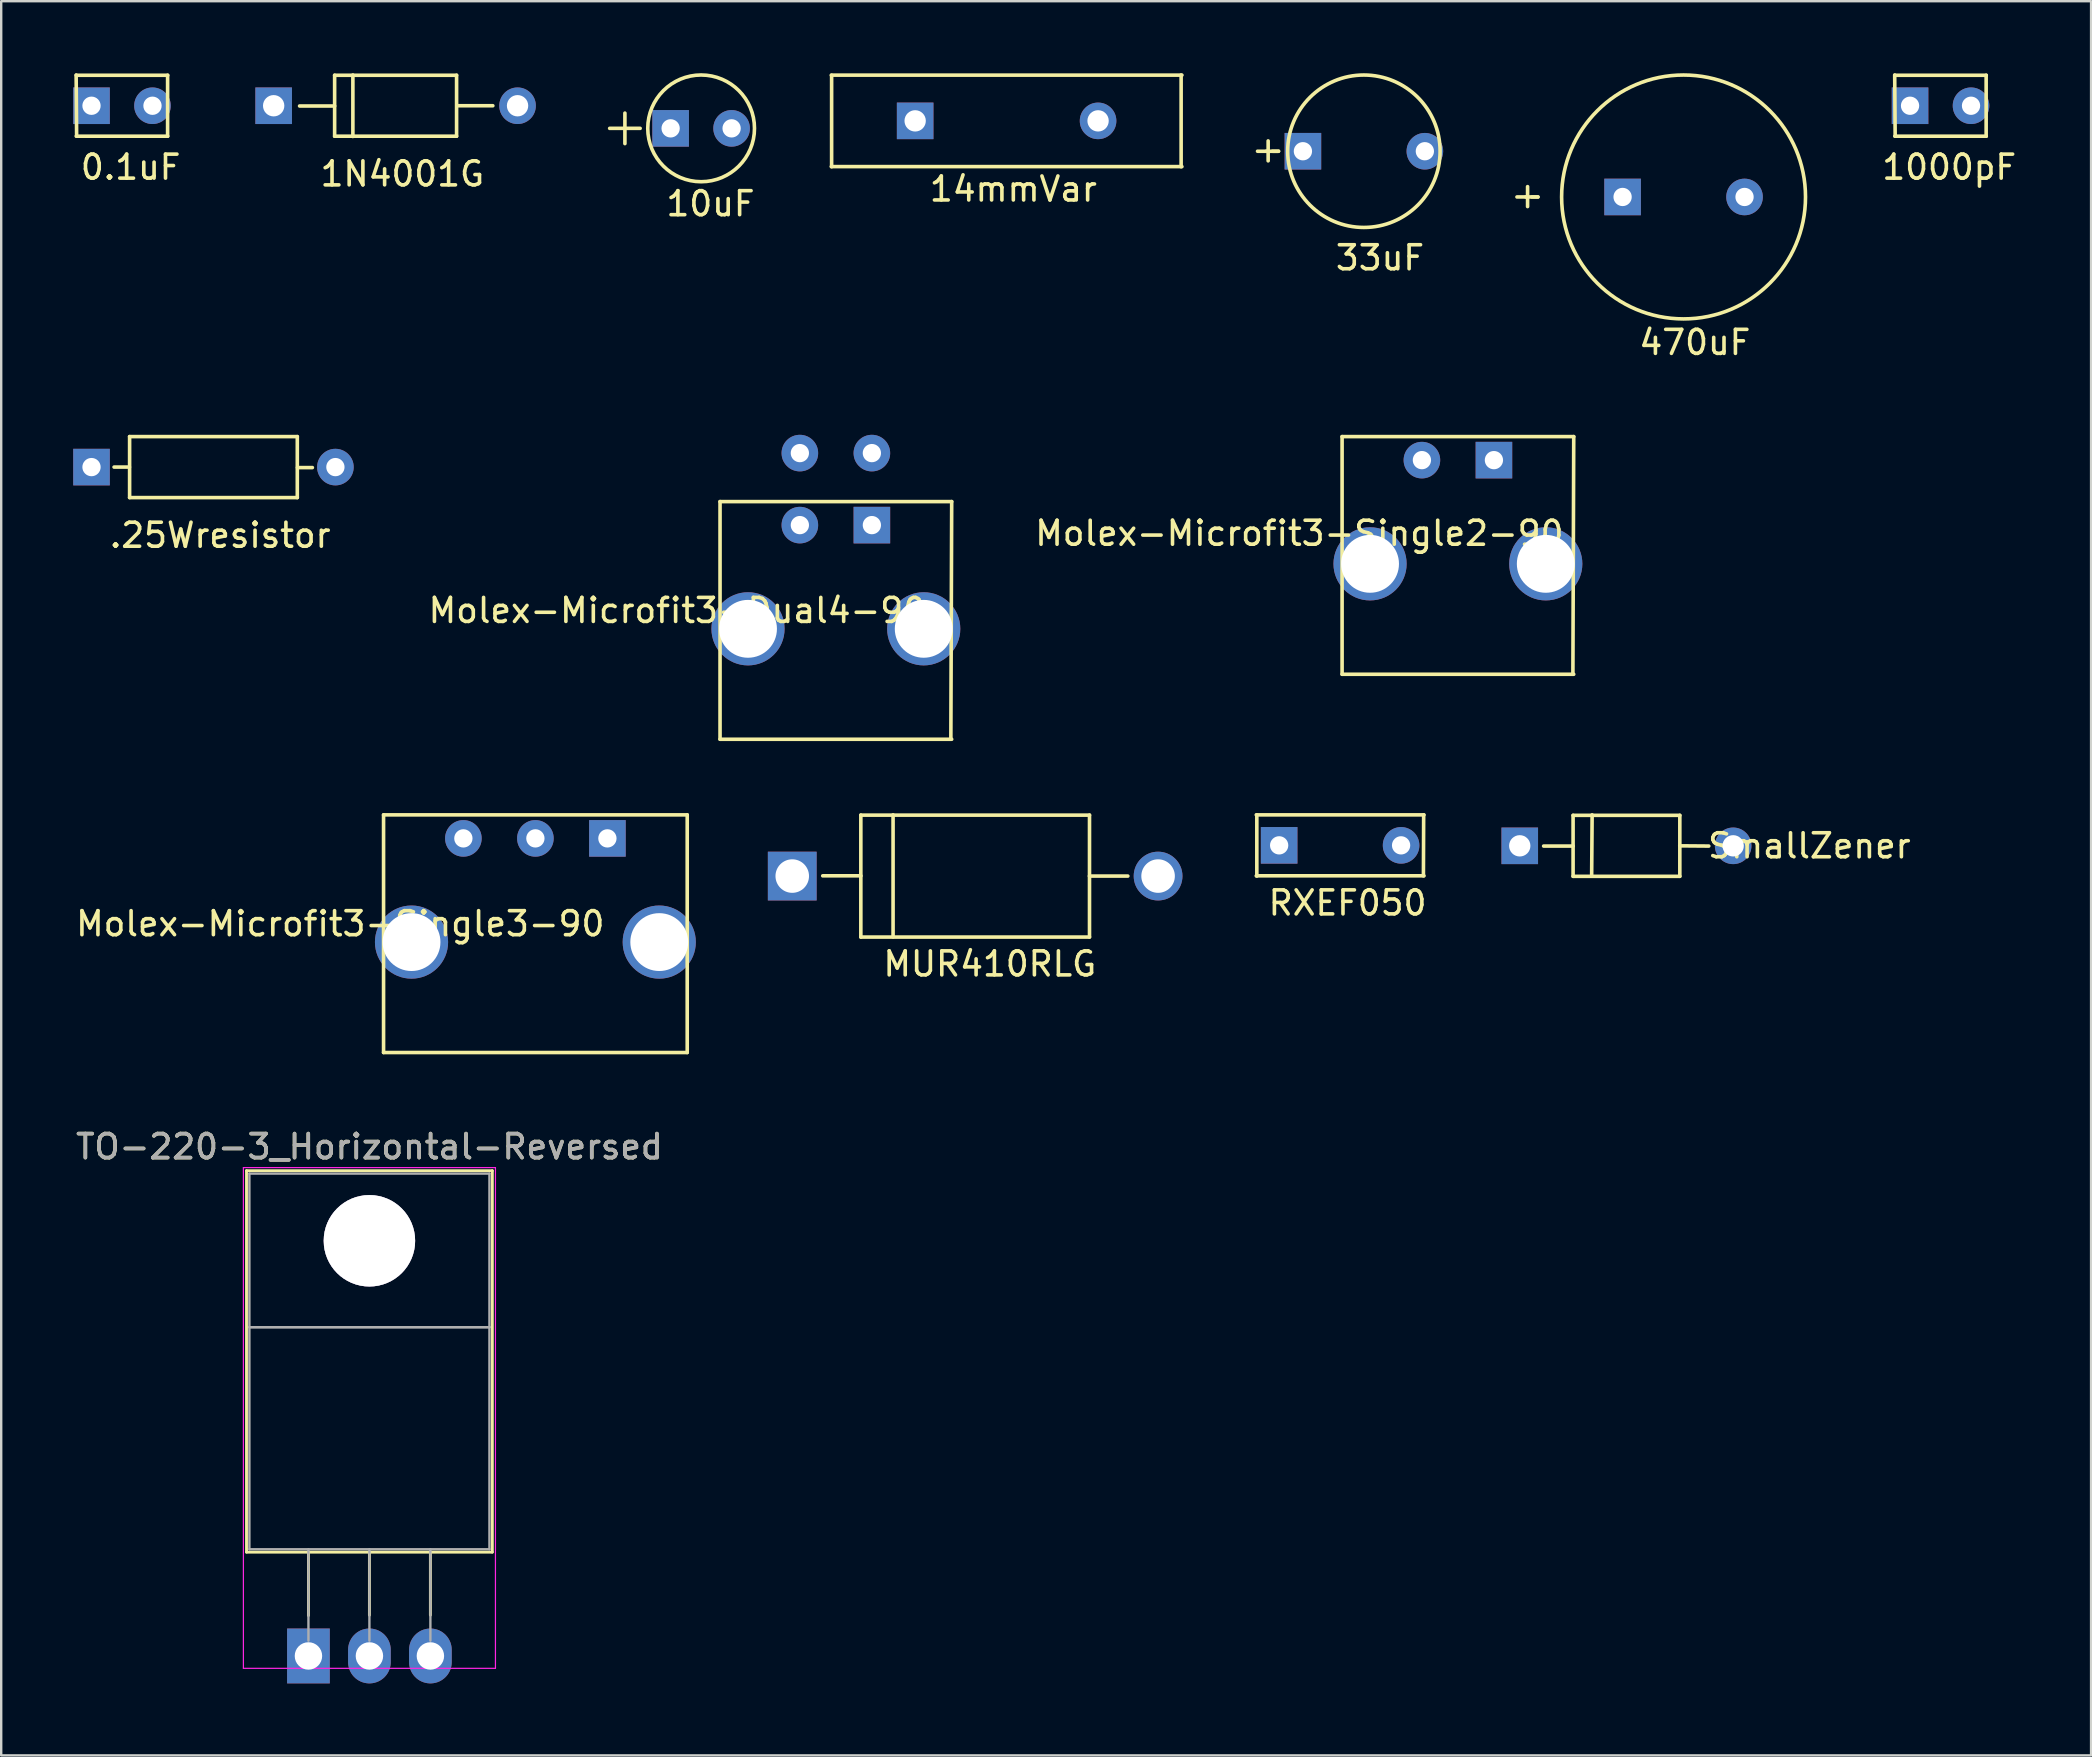
<source format=kicad_pcb>
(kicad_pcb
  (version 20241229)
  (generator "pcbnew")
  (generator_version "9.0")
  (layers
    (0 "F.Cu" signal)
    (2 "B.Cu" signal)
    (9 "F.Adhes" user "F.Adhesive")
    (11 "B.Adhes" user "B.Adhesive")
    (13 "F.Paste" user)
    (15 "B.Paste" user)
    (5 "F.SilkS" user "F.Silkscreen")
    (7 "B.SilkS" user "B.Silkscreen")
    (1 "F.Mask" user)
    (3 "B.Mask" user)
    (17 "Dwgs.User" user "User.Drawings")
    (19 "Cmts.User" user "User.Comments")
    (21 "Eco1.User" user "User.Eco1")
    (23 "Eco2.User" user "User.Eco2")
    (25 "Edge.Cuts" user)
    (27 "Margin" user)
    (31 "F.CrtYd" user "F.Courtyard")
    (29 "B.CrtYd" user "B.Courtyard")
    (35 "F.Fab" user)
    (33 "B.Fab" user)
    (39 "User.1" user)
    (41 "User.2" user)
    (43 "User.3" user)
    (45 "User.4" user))
  (footprint "MUR410RLG"
    (layer "F.Cu")
    (at 37.573 33.445)
    (property "Reference" "MUR410RLG" (at 0.61 3.66 0) (layer "F.SilkS") (effects (font (size 1 1) (thickness 0.15))))
    (attr through_hole)
    (fp_line (start -4.763 -2.54) (end -4.763 2.54) (stroke (width 0.15) (type solid)) (layer "F.SilkS"))
    (fp_line (start -4.763 -2.54) (end 4.763 -2.54) (stroke (width 0.15) (type solid)) (layer "F.SilkS"))
    (fp_line (start -4.763 2.54) (end 4.763 2.54) (stroke (width 0.15) (type solid)) (layer "F.SilkS"))
    (fp_line (start -4.76 -0.01) (end -6.35 -0.01) (stroke (width 0.15) (type solid)) (layer "F.SilkS"))
    (fp_line (start -3.42 -2.55) (end -3.42 2.53) (stroke (width 0.15) (type solid)) (layer "F.SilkS"))
    (fp_line (start 4.76 0) (end 6.36 0) (stroke (width 0.15) (type solid)) (layer "F.SilkS"))
    (fp_line (start 4.763 -2.54) (end 4.763 2.54) (stroke (width 0.15) (type solid)) (layer "F.SilkS"))
    (pad "1" thru_hole rect (at -7.62 0) (size 2.032 2.032) (drill 1.397) (layers "*.Cu" "*.Mask"))
    (pad "2" thru_hole circle (at 7.62 0) (size 2.032 2.032) (drill 1.397) (layers "*.Cu" "*.Mask")))
  (footprint "14mmVar"
    (layer "F.Cu")
    (at 38.883 1.985)
    (property "Reference" "14mmVar" (at 0.28 2.84 0) (layer "F.SilkS") (effects (font (size 1 1) (thickness 0.15))))
    (attr through_hole)
    (fp_line (start -7.303 -1.905) (end 7.303 -1.905) (stroke (width 0.15) (type solid)) (layer "F.SilkS"))
    (fp_line (start -7.303 1.905) (end 7.303 1.905) (stroke (width 0.15) (type solid)) (layer "F.SilkS"))
    (fp_line (start -7.29 -1.9) (end -7.29 1.91) (stroke (width 0.15) (type solid)) (layer "F.SilkS"))
    (fp_line (start 7.27 -1.91) (end 7.27 1.91) (stroke (width 0.15) (type solid)) (layer "F.SilkS"))
    (pad "1" thru_hole rect (at -3.81 0) (size 1.524 1.524) (drill 0.889) (layers "*.Cu" "*.Mask"))
    (pad "2" thru_hole circle (at 3.81 0) (size 1.524 1.524) (drill 0.889) (layers "*.Cu" "*.Mask")))
  (footprint "Molex-Microfit3-Single3-90"
    (layer "F.Cu")
    (at 19.253 31.875)
    (property "Reference" "Molex-Microfit3-Single3-90" (at -8.128 3.556 0) (layer "F.SilkS") (effects (font (size 1 1) (thickness 0.15))))
    (attr through_hole)
    (fp_line (start -6.325 -0.98) (end -6.325 8.92) (stroke (width 0.15) (type solid)) (layer "F.SilkS"))
    (fp_line (start -6.325 -0.98) (end 6.325 -0.98) (stroke (width 0.15) (type solid)) (layer "F.SilkS"))
    (fp_line (start -6.325 8.92) (end 6.325 8.92) (stroke (width 0.15) (type solid)) (layer "F.SilkS"))
    (fp_line (start 6.325 -0.98) (end 6.325 8.92) (stroke (width 0.15) (type solid)) (layer "F.SilkS"))
    (pad "" thru_hole circle (at -5.16 4.32) (size 3.048 3.048) (drill 2.41) (layers "*.Cu" "*.Mask"))
    (pad "" thru_hole circle (at 5.16 4.32) (size 3.048 3.048) (drill 2.41) (layers "*.Cu" "*.Mask"))
    (pad "1" thru_hole rect (at 3 0) (size 1.524 1.524) (drill 0.762) (layers "*.Cu" "*.Mask"))
    (pad "2" thru_hole circle (at 0 0) (size 1.524 1.524) (drill 0.762) (layers "*.Cu" "*.Mask"))
    (pad "3" thru_hole circle (at -3 0) (size 1.524 1.524) (drill 0.762) (layers "*.Cu" "*.Mask")))
  (footprint "Molex-Microfit3-Dual4-90"
    (layer "F.Cu")
    (at 31.77 18.825)
    (property "Reference" "Molex-Microfit3-Dual4-90" (at -6.604 3.556 0) (layer "F.SilkS") (effects (font (size 1 1) (thickness 0.15))))
    (attr through_hole)
    (fp_line (start -4.825 -0.98) (end -4.825 8.92) (stroke (width 0.15) (type solid)) (layer "F.SilkS"))
    (fp_line (start -4.825 -0.98) (end 4.825 -0.98) (stroke (width 0.15) (type solid)) (layer "F.SilkS"))
    (fp_line (start -4.825 8.92) (end 4.825 8.92) (stroke (width 0.15) (type solid)) (layer "F.SilkS"))
    (fp_line (start 4.825 -0.98) (end 4.79 8.92) (stroke (width 0.15) (type solid)) (layer "F.SilkS"))
    (pad "" thru_hole circle (at -3.66 4.32) (size 3.048 3.048) (drill 2.41) (layers "*.Cu" "*.Mask"))
    (pad "" thru_hole circle (at 3.66 4.32) (size 3.048 3.048) (drill 2.41) (layers "*.Cu" "*.Mask"))
    (pad "1" thru_hole rect (at 1.5 0) (size 1.524 1.524) (drill 0.762) (layers "*.Cu" "*.Mask"))
    (pad "2" thru_hole circle (at -1.5 0) (size 1.524 1.524) (drill 0.762) (layers "*.Cu" "*.Mask"))
    (pad "3" thru_hole circle (at 1.5 -3) (size 1.524 1.524) (drill 0.762) (layers "*.Cu" "*.Mask"))
    (pad "4" thru_hole circle (at -1.5 -3) (size 1.524 1.524) (drill 0.762) (layers "*.Cu" "*.Mask")))
  (footprint ".25Wresistor"
    (layer "F.Cu")
    (at 5.842 16.408)
    (property "Reference" ".25Wresistor" (at 0.28 2.84 0) (layer "F.SilkS") (effects (font (size 1 1) (thickness 0.15))))
    (attr through_hole)
    (fp_line (start -3.5 0) (end -4.14 0) (stroke (width 0.15) (type solid)) (layer "F.SilkS"))
    (fp_line (start -3.493 -1.27) (end -3.493 1.27) (stroke (width 0.15) (type solid)) (layer "F.SilkS"))
    (fp_line (start -3.493 -1.27) (end 3.493 -1.27) (stroke (width 0.15) (type solid)) (layer "F.SilkS"))
    (fp_line (start -3.493 1.27) (end 3.493 1.27) (stroke (width 0.15) (type solid)) (layer "F.SilkS"))
    (fp_line (start 3.493 -1.27) (end 3.493 1.27) (stroke (width 0.15) (type solid)) (layer "F.SilkS"))
    (fp_line (start 3.5 0.02) (end 4.12 0.02) (stroke (width 0.15) (type solid)) (layer "F.SilkS"))
    (pad "1" thru_hole rect (at -5.08 0) (size 1.524 1.524) (drill 0.762) (layers "*.Cu" "*.Mask"))
    (pad "2" thru_hole circle (at 5.08 0) (size 1.524 1.524) (drill 0.762) (layers "*.Cu" "*.Mask")))
  (footprint "33uF"
    (layer "F.Cu")
    (at 53.766 3.25)
    (property "Reference" "33uF" (at 0.67 4.44 0) (layer "F.SilkS") (effects (font (size 1 1) (thickness 0.15))))
    (attr through_hole)
    (fp_line (start -4.04 0) (end -4.43 0) (stroke (width 0.15) (type solid)) (layer "F.SilkS"))
    (fp_line (start -3.988 -0.43) (end -3.988 0.4) (stroke (width 0.15) (type solid)) (layer "F.SilkS"))
    (fp_line (start -3.556 0) (end -4.064 0) (stroke (width 0.15) (type solid)) (layer "F.SilkS"))
    (fp_line (start -3.556 0) (end -3.81 0) (stroke (width 0.15) (type solid)) (layer "F.SilkS"))
    (fp_circle (center 0 0) (end 3.175 0) (stroke (width 0.15) (type solid)) (fill no) (layer "F.SilkS"))
    (pad "1" thru_hole rect (at -2.54 0) (size 1.524 1.524) (drill 0.762) (layers "*.Cu" "*.Mask"))
    (pad "2" thru_hole circle (at 2.54 0) (size 1.524 1.524) (drill 0.762) (layers "*.Cu" "*.Mask")))
  (footprint "1000pF"
    (layer "F.Cu")
    (at 77.788 1.355)
    (property "Reference" "1000pF" (at 0.36 2.56 0) (layer "F.SilkS") (effects (font (size 1 1) (thickness 0.15))))
    (attr through_hole)
    (fp_line (start -1.91 -1.28) (end -1.89 1.26) (stroke (width 0.15) (type solid)) (layer "F.SilkS"))
    (fp_line (start -1.905 -1.27) (end 1.905 -1.27) (stroke (width 0.15) (type solid)) (layer "F.SilkS"))
    (fp_line (start -1.905 1.27) (end 1.905 1.27) (stroke (width 0.15) (type solid)) (layer "F.SilkS"))
    (fp_line (start 1.9 -1.27) (end 1.9 1.27) (stroke (width 0.15) (type solid)) (layer "F.SilkS"))
    (pad "1" thru_hole rect (at -1.27 0) (size 1.524 1.524) (drill 0.762) (layers "*.Cu" "*.Mask"))
    (pad "2" thru_hole circle (at 1.27 0) (size 1.524 1.524) (drill 0.762) (layers "*.Cu" "*.Mask")))
  (footprint "RXEF050"
    (layer "F.Cu")
    (at 52.776 32.165)
    (property "Reference" "RXEF050" (at 0.31 2.4 0) (layer "F.SilkS") (effects (font (size 1 1) (thickness 0.15))))
    (attr through_hole)
    (fp_line (start -3.493 -1.27) (end 3.493 -1.27) (stroke (width 0.15) (type solid)) (layer "F.SilkS"))
    (fp_line (start -3.493 1.27) (end 3.493 1.27) (stroke (width 0.15) (type solid)) (layer "F.SilkS"))
    (fp_line (start -3.47 -1.27) (end -3.47 1.28) (stroke (width 0.15) (type solid)) (layer "F.SilkS"))
    (fp_line (start 3.48 -1.27) (end 3.47 1.27) (stroke (width 0.15) (type solid)) (layer "F.SilkS"))
    (pad "1" thru_hole rect (at -2.54 0) (size 1.524 1.524) (drill 0.762) (layers "*.Cu" "*.Mask"))
    (pad "2" thru_hole circle (at 2.54 0) (size 1.524 1.524) (drill 0.762) (layers "*.Cu" "*.Mask")))
  (footprint "SmallZener"
    (layer "F.Cu")
    (at 64.704 32.185)
    (property "Reference" "SmallZener" (at 7.62 0 0) (layer "F.SilkS") (effects (font (size 1 1) (thickness 0.15))))
    (attr through_hole)
    (fp_line (start -2.223 -1.27) (end -2.223 1.27) (stroke (width 0.15) (type solid)) (layer "F.SilkS"))
    (fp_line (start -2.223 -1.27) (end 2.223 -1.27) (stroke (width 0.15) (type solid)) (layer "F.SilkS"))
    (fp_line (start -2.223 1.27) (end 2.223 1.27) (stroke (width 0.15) (type solid)) (layer "F.SilkS"))
    (fp_line (start -2.22 0.01) (end -3.45 0.01) (stroke (width 0.15) (type solid)) (layer "F.SilkS"))
    (fp_line (start -1.43 -1.29) (end -1.45 1.26) (stroke (width 0.15) (type solid)) (layer "F.SilkS"))
    (fp_line (start 2.22 0) (end 3.43 0.01) (stroke (width 0.15) (type solid)) (layer "F.SilkS"))
    (fp_line (start 2.223 -1.27) (end 2.223 1.27) (stroke (width 0.15) (type solid)) (layer "F.SilkS"))
    (pad "1" thru_hole rect (at -4.445 0) (size 1.524 1.524) (drill 0.889) (layers "*.Cu" "*.Mask"))
    (pad "2" thru_hole circle (at 4.445 0) (size 1.524 1.524) (drill 0.889) (layers "*.Cu" "*.Mask")))
  (footprint "0.1uF"
    (layer "F.Cu")
    (at 2.032 1.355)
    (property "Reference" "0.1uF" (at 0.36 2.56 0) (layer "F.SilkS") (effects (font (size 1 1) (thickness 0.15))))
    (attr through_hole)
    (fp_line (start -1.91 -1.28) (end -1.89 1.26) (stroke (width 0.15) (type solid)) (layer "F.SilkS"))
    (fp_line (start -1.905 -1.27) (end 1.905 -1.27) (stroke (width 0.15) (type solid)) (layer "F.SilkS"))
    (fp_line (start -1.905 1.27) (end 1.905 1.27) (stroke (width 0.15) (type solid)) (layer "F.SilkS"))
    (fp_line (start 1.9 -1.27) (end 1.9 1.27) (stroke (width 0.15) (type solid)) (layer "F.SilkS"))
    (pad "1" thru_hole rect (at -1.27 0) (size 1.524 1.524) (drill 0.762) (layers "*.Cu" "*.Mask"))
    (pad "2" thru_hole circle (at 1.27 0) (size 1.524 1.524) (drill 0.762) (layers "*.Cu" "*.Mask")))
  (footprint "Molex-Microfit3-Single2-90"
    (layer "F.Cu")
    (at 57.683 16.118)
    (property "Reference" "Molex-Microfit3-Single2-90" (at -6.604 3.048 0) (layer "F.SilkS") (effects (font (size 1 1) (thickness 0.15))))
    (attr through_hole)
    (fp_line (start -4.825 -0.98) (end -4.825 8.92) (stroke (width 0.15) (type solid)) (layer "F.SilkS"))
    (fp_line (start -4.825 -0.98) (end 4.825 -0.98) (stroke (width 0.15) (type solid)) (layer "F.SilkS"))
    (fp_line (start -4.825 8.92) (end 4.825 8.92) (stroke (width 0.15) (type solid)) (layer "F.SilkS"))
    (fp_line (start 4.825 -0.98) (end 4.79 8.92) (stroke (width 0.15) (type solid)) (layer "F.SilkS"))
    (pad "" thru_hole circle (at -3.66 4.32) (size 3.048 3.048) (drill 2.41) (layers "*.Cu" "*.Mask"))
    (pad "" thru_hole circle (at 3.66 4.32) (size 3.048 3.048) (drill 2.41) (layers "*.Cu" "*.Mask"))
    (pad "1" thru_hole rect (at 1.5 0) (size 1.524 1.524) (drill 0.762) (layers "*.Cu" "*.Mask"))
    (pad "2" thru_hole circle (at -1.5 0) (size 1.524 1.524) (drill 0.762) (layers "*.Cu" "*.Mask")))
  (footprint "1N4001G"
    (layer "F.Cu")
    (at 13.43 1.355)
    (property "Reference" "1N4001G" (at 0.28 2.84 0) (layer "F.SilkS") (effects (font (size 1 1) (thickness 0.15))))
    (attr through_hole)
    (fp_line (start -2.54 -1.27) (end -2.54 1.27) (stroke (width 0.15) (type solid)) (layer "F.SilkS"))
    (fp_line (start -2.54 -1.27) (end 2.54 -1.27) (stroke (width 0.15) (type solid)) (layer "F.SilkS"))
    (fp_line (start -2.54 0.01) (end -4 0.01) (stroke (width 0.15) (type solid)) (layer "F.SilkS"))
    (fp_line (start -2.54 1.27) (end 2.54 1.27) (stroke (width 0.15) (type solid)) (layer "F.SilkS"))
    (fp_line (start -1.78 -1.28) (end -1.78 1.28) (stroke (width 0.15) (type solid)) (layer "F.SilkS"))
    (fp_line (start 2.54 -1.27) (end 2.54 1.27) (stroke (width 0.15) (type solid)) (layer "F.SilkS"))
    (fp_line (start 2.55 0) (end 4.05 0) (stroke (width 0.15) (type solid)) (layer "F.SilkS"))
    (pad "1" thru_hole rect (at -5.08 0) (size 1.524 1.524) (drill 0.889) (layers "*.Cu" "*.Mask"))
    (pad "2" thru_hole circle (at 5.08 0) (size 1.524 1.524) (drill 0.889) (layers "*.Cu" "*.Mask")))
  (footprint "470uF"
    (layer "F.Cu")
    (at 67.083 5.155)
    (property "Reference" "470uF" (at 0.47 6.06 0) (layer "F.SilkS") (effects (font (size 1 1) (thickness 0.15))))
    (attr through_hole)
    (fp_line (start -6.55 0) (end -6.94 0) (stroke (width 0.15) (type solid)) (layer "F.SilkS"))
    (fp_line (start -6.498 -0.43) (end -6.498 0.4) (stroke (width 0.15) (type solid)) (layer "F.SilkS"))
    (fp_line (start -6.066 0) (end -6.574 0) (stroke (width 0.15) (type solid)) (layer "F.SilkS"))
    (fp_line (start -6.066 0) (end -6.32 0) (stroke (width 0.15) (type solid)) (layer "F.SilkS"))
    (fp_circle (center 0 0) (end 5.08 0) (stroke (width 0.15) (type solid)) (fill no) (layer "F.SilkS"))
    (pad "1" thru_hole rect (at -2.54 0) (size 1.524 1.524) (drill 0.762) (layers "*.Cu" "*.Mask"))
    (pad "2" thru_hole circle (at 2.54 0) (size 1.524 1.524) (drill 0.762) (layers "*.Cu" "*.Mask")))
  (footprint "TO-220-3_Horizontal-Reversed"
    (layer "F.Cu")
    (at 12.339 65.933)
    (property "Reference" "TO-220-3_Horizontal-Reversed" (at 0 -21.215 0) (layer "F.SilkS") (effects (font (size 1 1) (thickness 0.15))))
    (attr through_hole)
    (fp_line (start -5.12 -20.215) (end -5.12 -4.325) (stroke (width 0.12) (type solid)) (layer "F.SilkS"))
    (fp_line (start -5.12 -20.215) (end 5.12 -20.215) (stroke (width 0.12) (type solid)) (layer "F.SilkS"))
    (fp_line (start -5.12 -4.325) (end 5.12 -4.325) (stroke (width 0.12) (type solid)) (layer "F.SilkS"))
    (fp_line (start -2.54 -4.325) (end -2.54 -1.685) (stroke (width 0.12) (type solid)) (layer "F.SilkS"))
    (fp_line (start 0 -4.325) (end 0 -1.701) (stroke (width 0.12) (type solid)) (layer "F.SilkS"))
    (fp_line (start 2.54 -4.325) (end 2.54 -1.701) (stroke (width 0.12) (type solid)) (layer "F.SilkS"))
    (fp_line (start 5.12 -20.215) (end 5.12 -4.325) (stroke (width 0.12) (type solid)) (layer "F.SilkS"))
    (fp_line (start -5.25 -20.345) (end -5.25 0.515) (stroke (width 0.05) (type solid)) (layer "F.CrtYd"))
    (fp_line (start -5.25 0.515) (end 5.25 0.515) (stroke (width 0.05) (type solid)) (layer "F.CrtYd"))
    (fp_line (start 5.25 -20.345) (end -5.25 -20.345) (stroke (width 0.05) (type solid)) (layer "F.CrtYd"))
    (fp_line (start 5.25 0.515) (end 5.25 -20.345) (stroke (width 0.05) (type solid)) (layer "F.CrtYd"))
    (fp_line (start -5 -20.095) (end 5 -20.095) (stroke (width 0.1) (type solid)) (layer "F.Fab"))
    (fp_line (start -5 -13.695) (end -5 -20.095) (stroke (width 0.1) (type solid)) (layer "F.Fab"))
    (fp_line (start -5 -13.695) (end 5 -13.695) (stroke (width 0.1) (type solid)) (layer "F.Fab"))
    (fp_line (start -5 -4.445) (end -5 -13.695) (stroke (width 0.1) (type solid)) (layer "F.Fab"))
    (fp_line (start -2.54 -4.445) (end -2.54 -0.635) (stroke (width 0.1) (type solid)) (layer "F.Fab"))
    (fp_line (start 0 -4.445) (end 0 -0.635) (stroke (width 0.1) (type solid)) (layer "F.Fab"))
    (fp_line (start 2.54 -4.445) (end 2.54 -0.635) (stroke (width 0.1) (type solid)) (layer "F.Fab"))
    (fp_line (start 5 -20.095) (end 5 -13.695) (stroke (width 0.1) (type solid)) (layer "F.Fab"))
    (fp_line (start 5 -13.695) (end -5 -13.695) (stroke (width 0.1) (type solid)) (layer "F.Fab"))
    (fp_line (start 5 -13.695) (end 5 -4.445) (stroke (width 0.1) (type solid)) (layer "F.Fab"))
    (fp_line (start 5 -4.445) (end -5 -4.445) (stroke (width 0.1) (type solid)) (layer "F.Fab"))
    (fp_circle (center 0 -17.295) (end 1.85 -17.295) (stroke (width 0.1) (type solid)) (fill no) (layer "F.Fab"))
    (fp_text user "${REFERENCE}" (at 0 -21.215 0) (layer "F.Fab") (effects (font (size 1 1) (thickness 0.15))))
    (pad "" thru_hole circle (at 0 -17.295) (size 3.81 3.81) (drill 3.81) (layers "*.Cu" "*.Mask"))
    (pad "1" thru_hole rect (at -2.54 0) (size 1.778 2.286) (drill 1.143) (layers "*.Cu" "*.Mask"))
    (pad "2" thru_hole oval (at 0 0) (size 1.778 2.286) (drill 1.143) (layers "*.Cu" "*.Mask"))
    (pad "3" thru_hole oval (at 2.54 0) (size 1.778 2.286) (drill 1.143) (layers "*.Cu" "*.Mask")))
  (footprint "10uF"
    (layer "F.Cu")
    (at 26.157 2.297)
    (property "Reference" "10uF" (at 0.39 3.14 0) (layer "F.SilkS") (effects (font (size 1 1) (thickness 0.15))))
    (attr through_hole)
    (fp_line (start -3.175 0) (end -3.175 -0.635) (stroke (width 0.15) (type solid)) (layer "F.SilkS"))
    (fp_line (start -3.175 0) (end -3.175 0.635) (stroke (width 0.15) (type solid)) (layer "F.SilkS"))
    (fp_line (start -2.54 0) (end -3.81 0) (stroke (width 0.15) (type solid)) (layer "F.SilkS"))
    (fp_circle (center 0 0) (end 2.223 0) (stroke (width 0.15) (type solid)) (fill no) (layer "F.SilkS"))
    (pad "1" thru_hole rect (at -1.27 0) (size 1.524 1.524) (drill 0.762) (layers "*.Cu" "*.Mask"))
    (pad "2" thru_hole circle (at 1.27 0) (size 1.524 1.524) (drill 0.762) (layers "*.Cu" "*.Mask")))
  (gr_rect
    (start -3 -3)
    (end 84.059 70.076)
    (stroke (width 0.1) (type default))
    (fill no)
    (layer "Edge.Cuts")))
</source>
